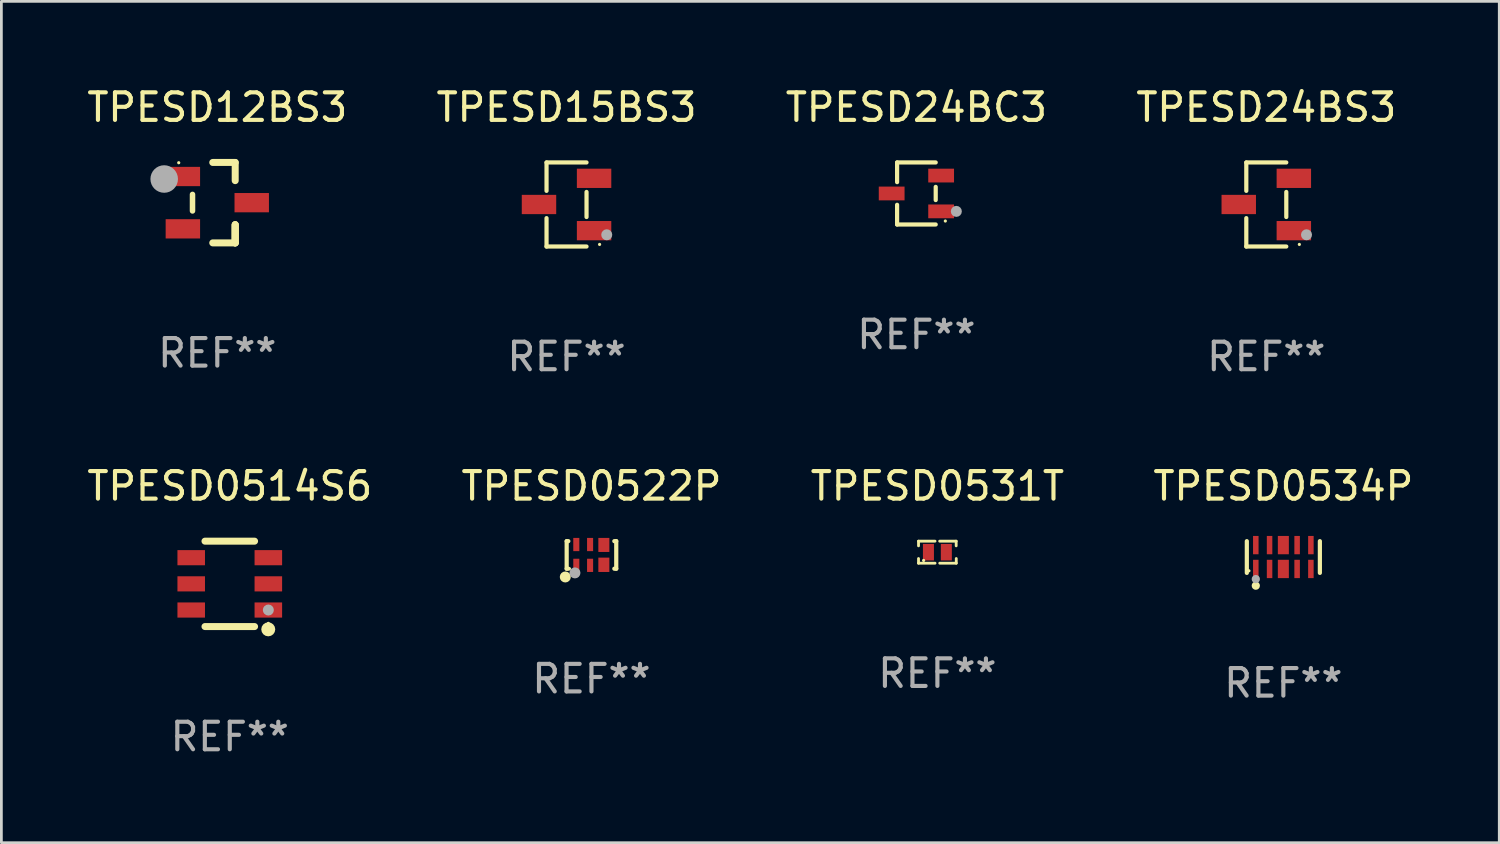
<source format=kicad_pcb>
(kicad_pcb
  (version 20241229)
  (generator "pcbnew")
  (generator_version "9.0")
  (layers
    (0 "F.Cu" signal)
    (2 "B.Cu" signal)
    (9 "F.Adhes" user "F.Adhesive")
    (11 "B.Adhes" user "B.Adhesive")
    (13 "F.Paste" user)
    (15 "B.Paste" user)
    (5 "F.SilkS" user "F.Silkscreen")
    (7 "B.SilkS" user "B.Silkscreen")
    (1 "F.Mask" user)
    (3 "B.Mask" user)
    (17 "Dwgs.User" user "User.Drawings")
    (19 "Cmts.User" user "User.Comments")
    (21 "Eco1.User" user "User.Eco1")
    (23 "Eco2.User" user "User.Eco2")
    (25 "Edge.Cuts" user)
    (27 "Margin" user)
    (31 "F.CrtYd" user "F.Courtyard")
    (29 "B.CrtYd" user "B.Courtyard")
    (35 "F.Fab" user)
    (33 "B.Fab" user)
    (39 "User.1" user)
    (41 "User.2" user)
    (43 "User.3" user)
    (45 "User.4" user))
  (footprint "TPESD0534P"
    (layer "F.Cu")
    (at 43.542 17.173)
    (property "Reference" "TPESD0534P" (at 0 -2.576 0) (layer "F.SilkS") (effects (font (size 1 1) (thickness 0.15))))
    (attr through_hole)
    (fp_line (start -1.326 0.576) (end -1.326 -0.576) (stroke (width 0.152) (type solid)) (layer "F.SilkS"))
    (fp_line (start 1.326 0.576) (end 1.326 -0.576) (stroke (width 0.152) (type solid)) (layer "F.SilkS"))
    (fp_circle (center -1.25 0.5) (end -1.22 0.5) (stroke (width 0.06) (type solid)) (fill no) (layer "F.SilkS"))
    (fp_circle (center -1 1.04) (end -0.925 1.04) (stroke (width 0.15) (type solid)) (fill no) (layer "F.SilkS"))
    (fp_circle (center -1 0.8) (end -0.925 0.8) (stroke (width 0.15) (type solid)) (fill no) (layer "F.Fab"))
    (fp_text user "REF**" (at 0 4.576 0) (layer "F.Fab") (effects (font (size 1 1) (thickness 0.15))))
    (pad "1" smd rect (at -1 0.433) (size 0.2 0.665) (layers "F.Cu" "F.Mask" "F.Paste"))
    (pad "2" smd rect (at -0.5 0.433) (size 0.2 0.665) (layers "F.Cu" "F.Mask" "F.Paste"))
    (pad "3" smd rect (at 0 0.433) (size 0.4 0.665) (layers "F.Cu" "F.Mask" "F.Paste"))
    (pad "4" smd rect (at 0.5 0.433) (size 0.2 0.665) (layers "F.Cu" "F.Mask" "F.Paste"))
    (pad "5" smd rect (at 1 0.433) (size 0.2 0.665) (layers "F.Cu" "F.Mask" "F.Paste"))
    (pad "6" smd rect (at 1 -0.433) (size 0.2 0.665) (layers "F.Cu" "F.Mask" "F.Paste"))
    (pad "7" smd rect (at 0.5 -0.433) (size 0.2 0.665) (layers "F.Cu" "F.Mask" "F.Paste"))
    (pad "8" smd rect (at 0 -0.433) (size 0.4 0.665) (layers "F.Cu" "F.Mask" "F.Paste"))
    (pad "9" smd rect (at -0.5 -0.433) (size 0.2 0.665) (layers "F.Cu" "F.Mask" "F.Paste"))
    (pad "10" smd rect (at -1 -0.433) (size 0.2 0.665) (layers "F.Cu" "F.Mask" "F.Paste")))
  (footprint "TPESD24BC3"
    (layer "F.Cu")
    (at 30.22 3.974)
    (property "Reference" "TPESD24BC3" (at 0 -3.126 0) (layer "F.SilkS") (effects (font (size 1 1) (thickness 0.15))))
    (attr through_hole)
    (fp_line (start -0.701 -1.126) (end -0.701 -0.411) (stroke (width 0.152) (type solid)) (layer "F.SilkS"))
    (fp_line (start -0.701 1.126) (end -0.701 0.411) (stroke (width 0.152) (type solid)) (layer "F.SilkS"))
    (fp_line (start 0.701 -1.126) (end -0.701 -1.126) (stroke (width 0.152) (type solid)) (layer "F.SilkS"))
    (fp_line (start 0.701 -0.239) (end 0.701 0.239) (stroke (width 0.152) (type solid)) (layer "F.SilkS"))
    (fp_line (start 0.701 1.126) (end -0.701 1.126) (stroke (width 0.152) (type solid)) (layer "F.SilkS"))
    (fp_circle (center 1.05 1) (end 1.08 1) (stroke (width 0.06) (type solid)) (fill no) (layer "F.SilkS"))
    (fp_circle (center 1.45 0.65) (end 1.55 0.65) (stroke (width 0.2) (type solid)) (fill no) (layer "F.Fab"))
    (fp_text user "REF**" (at 0 5.126 0) (layer "F.Fab") (effects (font (size 1 1) (thickness 0.15))))
    (pad "1" smd rect (at 0.898 0.65) (size 0.936 0.5) (layers "F.Cu" "F.Mask" "F.Paste"))
    (pad "2" smd rect (at 0.898 -0.65) (size 0.936 0.5) (layers "F.Cu" "F.Mask" "F.Paste"))
    (pad "3" smd rect (at -0.898 0) (size 0.936 0.5) (layers "F.Cu" "F.Mask" "F.Paste")))
  (footprint "TPESD0522P"
    (layer "F.Cu")
    (at 18.423 17.097)
    (property "Reference" "TPESD0522P" (at 0 -2.5 0) (layer "F.SilkS") (effects (font (size 1 1) (thickness 0.15))))
    (attr through_hole)
    (fp_line (start -0.9 -0.5) (end -0.9 0.5) (stroke (width 0.152) (type solid)) (layer "F.SilkS"))
    (fp_line (start -0.9 -0.5) (end -0.84 -0.5) (stroke (width 0.152) (type solid)) (layer "F.SilkS"))
    (fp_line (start -0.84 0.5) (end -0.9 0.5) (stroke (width 0.152) (type solid)) (layer "F.SilkS"))
    (fp_line (start 0.83 -0.5) (end 0.9 -0.5) (stroke (width 0.152) (type solid)) (layer "F.SilkS"))
    (fp_line (start 0.9 -0.5) (end 0.9 0.5) (stroke (width 0.152) (type solid)) (layer "F.SilkS"))
    (fp_line (start 0.9 0.5) (end 0.83 0.5) (stroke (width 0.152) (type solid)) (layer "F.SilkS"))
    (fp_circle (center -0.95 0.8) (end -0.85 0.8) (stroke (width 0.2) (type solid)) (fill no) (layer "F.SilkS"))
    (fp_circle (center -0.8 0.5) (end -0.77 0.5) (stroke (width 0.06) (type solid)) (fill no) (layer "F.SilkS"))
    (fp_circle (center -0.6 0.652) (end -0.5 0.652) (stroke (width 0.2) (type solid)) (fill no) (layer "F.Fab"))
    (fp_text user "REF**" (at 0 4.5 0) (layer "F.Fab") (effects (font (size 1 1) (thickness 0.15))))
    (pad "1" smd rect (at -0.55 0.378 90) (size 0.48 0.22) (layers "F.Cu" "F.Mask" "F.Paste"))
    (pad "2" smd rect (at -0.05 0.378 90) (size 0.48 0.22) (layers "F.Cu" "F.Mask" "F.Paste"))
    (pad "3" smd rect (at 0.45 0.358 180) (size 0.4 0.521) (layers "F.Cu" "F.Mask" "F.Paste"))
    (pad "4" smd rect (at 0.45 -0.363 180) (size 0.4 0.51) (layers "F.Cu" "F.Mask" "F.Paste"))
    (pad "5" smd rect (at -0.05 -0.378 90) (size 0.48 0.22) (layers "F.Cu" "F.Mask" "F.Paste"))
    (pad "6" smd rect (at -0.55 -0.378 90) (size 0.48 0.22) (layers "F.Cu" "F.Mask" "F.Paste")))
  (footprint "TPESD0531T"
    (layer "F.Cu")
    (at 30.982 16.997)
    (property "Reference" "TPESD0531T" (at 0 -2.4 0) (layer "F.SilkS") (effects (font (size 1 1) (thickness 0.15))))
    (attr through_hole)
    (fp_line (start -0.685 -0.4) (end -0.685 -0.23) (stroke (width 0.102) (type solid)) (layer "F.SilkS"))
    (fp_line (start -0.685 0.4) (end -0.685 0.23) (stroke (width 0.102) (type solid)) (layer "F.SilkS"))
    (fp_line (start -0.085 -0.4) (end -0.685 -0.4) (stroke (width 0.102) (type solid)) (layer "F.SilkS"))
    (fp_line (start -0.085 0.4) (end -0.685 0.4) (stroke (width 0.102) (type solid)) (layer "F.SilkS"))
    (fp_line (start 0.082 -0.4) (end 0.682 -0.4) (stroke (width 0.102) (type solid)) (layer "F.SilkS"))
    (fp_line (start 0.085 0.4) (end 0.685 0.4) (stroke (width 0.102) (type solid)) (layer "F.SilkS"))
    (fp_line (start 0.682 -0.4) (end 0.682 -0.23) (stroke (width 0.102) (type solid)) (layer "F.SilkS"))
    (fp_line (start 0.685 0.4) (end 0.685 0.23) (stroke (width 0.102) (type solid)) (layer "F.SilkS"))
    (fp_circle (center -0.5 0.3) (end -0.47 0.3) (stroke (width 0.06) (type solid)) (fill no) (layer "F.SilkS"))
    (fp_text user "REF**" (at 0 4.4 0) (layer "F.Fab") (effects (font (size 1 1) (thickness 0.15))))
    (pad "1" smd rect (at -0.325 0) (size 0.4 0.6) (layers "F.Cu" "F.Mask" "F.Paste"))
    (pad "2" smd rect (at 0.325 0) (size 0.4 0.6) (layers "F.Cu" "F.Mask" "F.Paste")))
  (footprint "TPESD12BS3"
    (layer "F.Cu")
    (at 4.839 4.308)
    (property "Reference" "TPESD12BS3" (at 0 -3.46 0) (layer "F.SilkS") (effects (font (size 1 1) (thickness 0.15))))
    (attr through_hole)
    (fp_line (start -0.9 -0.3) (end -0.9 0.3) (stroke (width 0.2) (type solid)) (layer "F.SilkS"))
    (fp_line (start -0.165 -1.46) (end 0.65 -1.46) (stroke (width 0.254) (type solid)) (layer "F.SilkS"))
    (fp_line (start 0.65 -1.46) (end 0.65 -0.8) (stroke (width 0.254) (type solid)) (layer "F.SilkS"))
    (fp_line (start 0.65 0.8) (end 0.65 1.46) (stroke (width 0.254) (type solid)) (layer "F.SilkS"))
    (fp_line (start 0.65 0.8) (end 0.65 1.46) (stroke (width 0.254) (type solid)) (layer "F.SilkS"))
    (fp_line (start 0.65 1.46) (end -0.165 1.46) (stroke (width 0.254) (type solid)) (layer "F.SilkS"))
    (fp_line (start 0.65 1.46) (end 0.65 0.8) (stroke (width 0.254) (type solid)) (layer "F.SilkS"))
    (fp_circle (center -1.4 -1.45) (end -1.37 -1.45) (stroke (width 0.06) (type solid)) (fill no) (layer "F.SilkS"))
    (fp_circle (center -1.928 -0.859) (end -1.678 -0.859) (stroke (width 0.5) (type solid)) (fill no) (layer "F.Fab"))
    (fp_text user "REF**" (at 0 5.46 0) (layer "F.Fab") (effects (font (size 1 1) (thickness 0.15))))
    (pad "1" smd rect (at -1.25 -0.95) (size 1.25 0.7) (layers "F.Cu" "F.Mask" "F.Paste"))
    (pad "2" smd rect (at -1.25 0.95) (size 1.25 0.7) (layers "F.Cu" "F.Mask" "F.Paste"))
    (pad "3" smd rect (at 1.25 0) (size 1.25 0.7) (layers "F.Cu" "F.Mask" "F.Paste")))
  (footprint "TPESD24BS3"
    (layer "F.Cu")
    (at 42.923 4.374)
    (property "Reference" "TPESD24BS3" (at 0 -3.526 0) (layer "F.SilkS") (effects (font (size 1 1) (thickness 0.15))))
    (attr through_hole)
    (fp_line (start -0.726 -1.526) (end -0.726 -0.495) (stroke (width 0.152) (type solid)) (layer "F.SilkS"))
    (fp_line (start -0.726 1.526) (end -0.726 0.495) (stroke (width 0.152) (type solid)) (layer "F.SilkS"))
    (fp_line (start 0.726 -1.526) (end -0.726 -1.526) (stroke (width 0.152) (type solid)) (layer "F.SilkS"))
    (fp_line (start 0.726 -0.455) (end 0.726 0.455) (stroke (width 0.152) (type solid)) (layer "F.SilkS"))
    (fp_line (start 0.726 1.526) (end -0.726 1.526) (stroke (width 0.152) (type solid)) (layer "F.SilkS"))
    (fp_circle (center 1.2 1.45) (end 1.23 1.45) (stroke (width 0.06) (type solid)) (fill no) (layer "F.SilkS"))
    (fp_circle (center 1.46 1.1) (end 1.56 1.1) (stroke (width 0.2) (type solid)) (fill no) (layer "F.Fab"))
    (fp_text user "REF**" (at 0 5.526 0) (layer "F.Fab") (effects (font (size 1 1) (thickness 0.15))))
    (pad "1" smd rect (at 1 0.95) (size 1.25 0.7) (layers "F.Cu" "F.Mask" "F.Paste"))
    (pad "2" smd rect (at 1 -0.95) (size 1.25 0.7) (layers "F.Cu" "F.Mask" "F.Paste"))
    (pad "3" smd rect (at -1 0) (size 1.25 0.7) (layers "F.Cu" "F.Mask" "F.Paste")))
  (footprint "TPESD15BS3"
    (layer "F.Cu")
    (at 17.518 4.374)
    (property "Reference" "TPESD15BS3" (at 0 -3.526 0) (layer "F.SilkS") (effects (font (size 1 1) (thickness 0.15))))
    (attr through_hole)
    (fp_line (start -0.726 -1.526) (end -0.726 -0.495) (stroke (width 0.152) (type solid)) (layer "F.SilkS"))
    (fp_line (start -0.726 1.526) (end -0.726 0.495) (stroke (width 0.152) (type solid)) (layer "F.SilkS"))
    (fp_line (start 0.726 -1.526) (end -0.726 -1.526) (stroke (width 0.152) (type solid)) (layer "F.SilkS"))
    (fp_line (start 0.726 -0.455) (end 0.726 0.455) (stroke (width 0.152) (type solid)) (layer "F.SilkS"))
    (fp_line (start 0.726 1.526) (end -0.726 1.526) (stroke (width 0.152) (type solid)) (layer "F.SilkS"))
    (fp_circle (center 1.2 1.45) (end 1.23 1.45) (stroke (width 0.06) (type solid)) (fill no) (layer "F.SilkS"))
    (fp_circle (center 1.46 1.1) (end 1.56 1.1) (stroke (width 0.2) (type solid)) (fill no) (layer "F.Fab"))
    (fp_text user "REF**" (at 0 5.526 0) (layer "F.Fab") (effects (font (size 1 1) (thickness 0.15))))
    (pad "1" smd rect (at 1 0.95) (size 1.25 0.7) (layers "F.Cu" "F.Mask" "F.Paste"))
    (pad "2" smd rect (at 1 -0.95) (size 1.25 0.7) (layers "F.Cu" "F.Mask" "F.Paste"))
    (pad "3" smd rect (at -1 0) (size 1.25 0.7) (layers "F.Cu" "F.Mask" "F.Paste")))
  (footprint "TPESD0514S6"
    (layer "F.Cu")
    (at 5.292 18.147)
    (property "Reference" "TPESD0514S6" (at 0 -3.55 0) (layer "F.SilkS") (effects (font (size 1 1) (thickness 0.15))))
    (attr through_hole)
    (fp_line (start -0.9 -1.55) (end 0.9 -1.55) (stroke (width 0.254) (type solid)) (layer "F.SilkS"))
    (fp_line (start -0.9 1.55) (end 0.9 1.55) (stroke (width 0.254) (type solid)) (layer "F.SilkS"))
    (fp_circle (center 1.397 1.651) (end 1.524 1.651) (stroke (width 0.254) (type solid)) (fill no) (layer "F.SilkS"))
    (fp_circle (center 1.4 1.435) (end 1.43 1.435) (stroke (width 0.06) (type solid)) (fill no) (layer "F.SilkS"))
    (fp_circle (center 1.4 0.95) (end 1.5 0.95) (stroke (width 0.2) (type solid)) (fill no) (layer "F.Fab"))
    (fp_text user "REF**" (at 0 5.55 0) (layer "F.Fab") (effects (font (size 1 1) (thickness 0.15))))
    (pad "1" smd rect (at 1.4 0.95) (size 1 0.55) (layers "F.Cu" "F.Mask" "F.Paste"))
    (pad "2" smd rect (at 1.4 -0.000102) (size 1 0.55) (layers "F.Cu" "F.Mask" "F.Paste"))
    (pad "3" smd rect (at 1.4 -0.95) (size 1 0.55) (layers "F.Cu" "F.Mask" "F.Paste"))
    (pad "4" smd rect (at -1.4 -0.95) (size 1 0.55) (layers "F.Cu" "F.Mask" "F.Paste"))
    (pad "5" smd rect (at -1.4 -0.000102) (size 1 0.55) (layers "F.Cu" "F.Mask" "F.Paste"))
    (pad "6" smd rect (at -1.4 0.95) (size 1 0.55) (layers "F.Cu" "F.Mask" "F.Paste")))
  (gr_rect
    (start -3 -3)
    (end 51.381 27.545)
    (stroke (width 0.1) (type default))
    (fill no)
    (layer "Edge.Cuts")))
</source>
